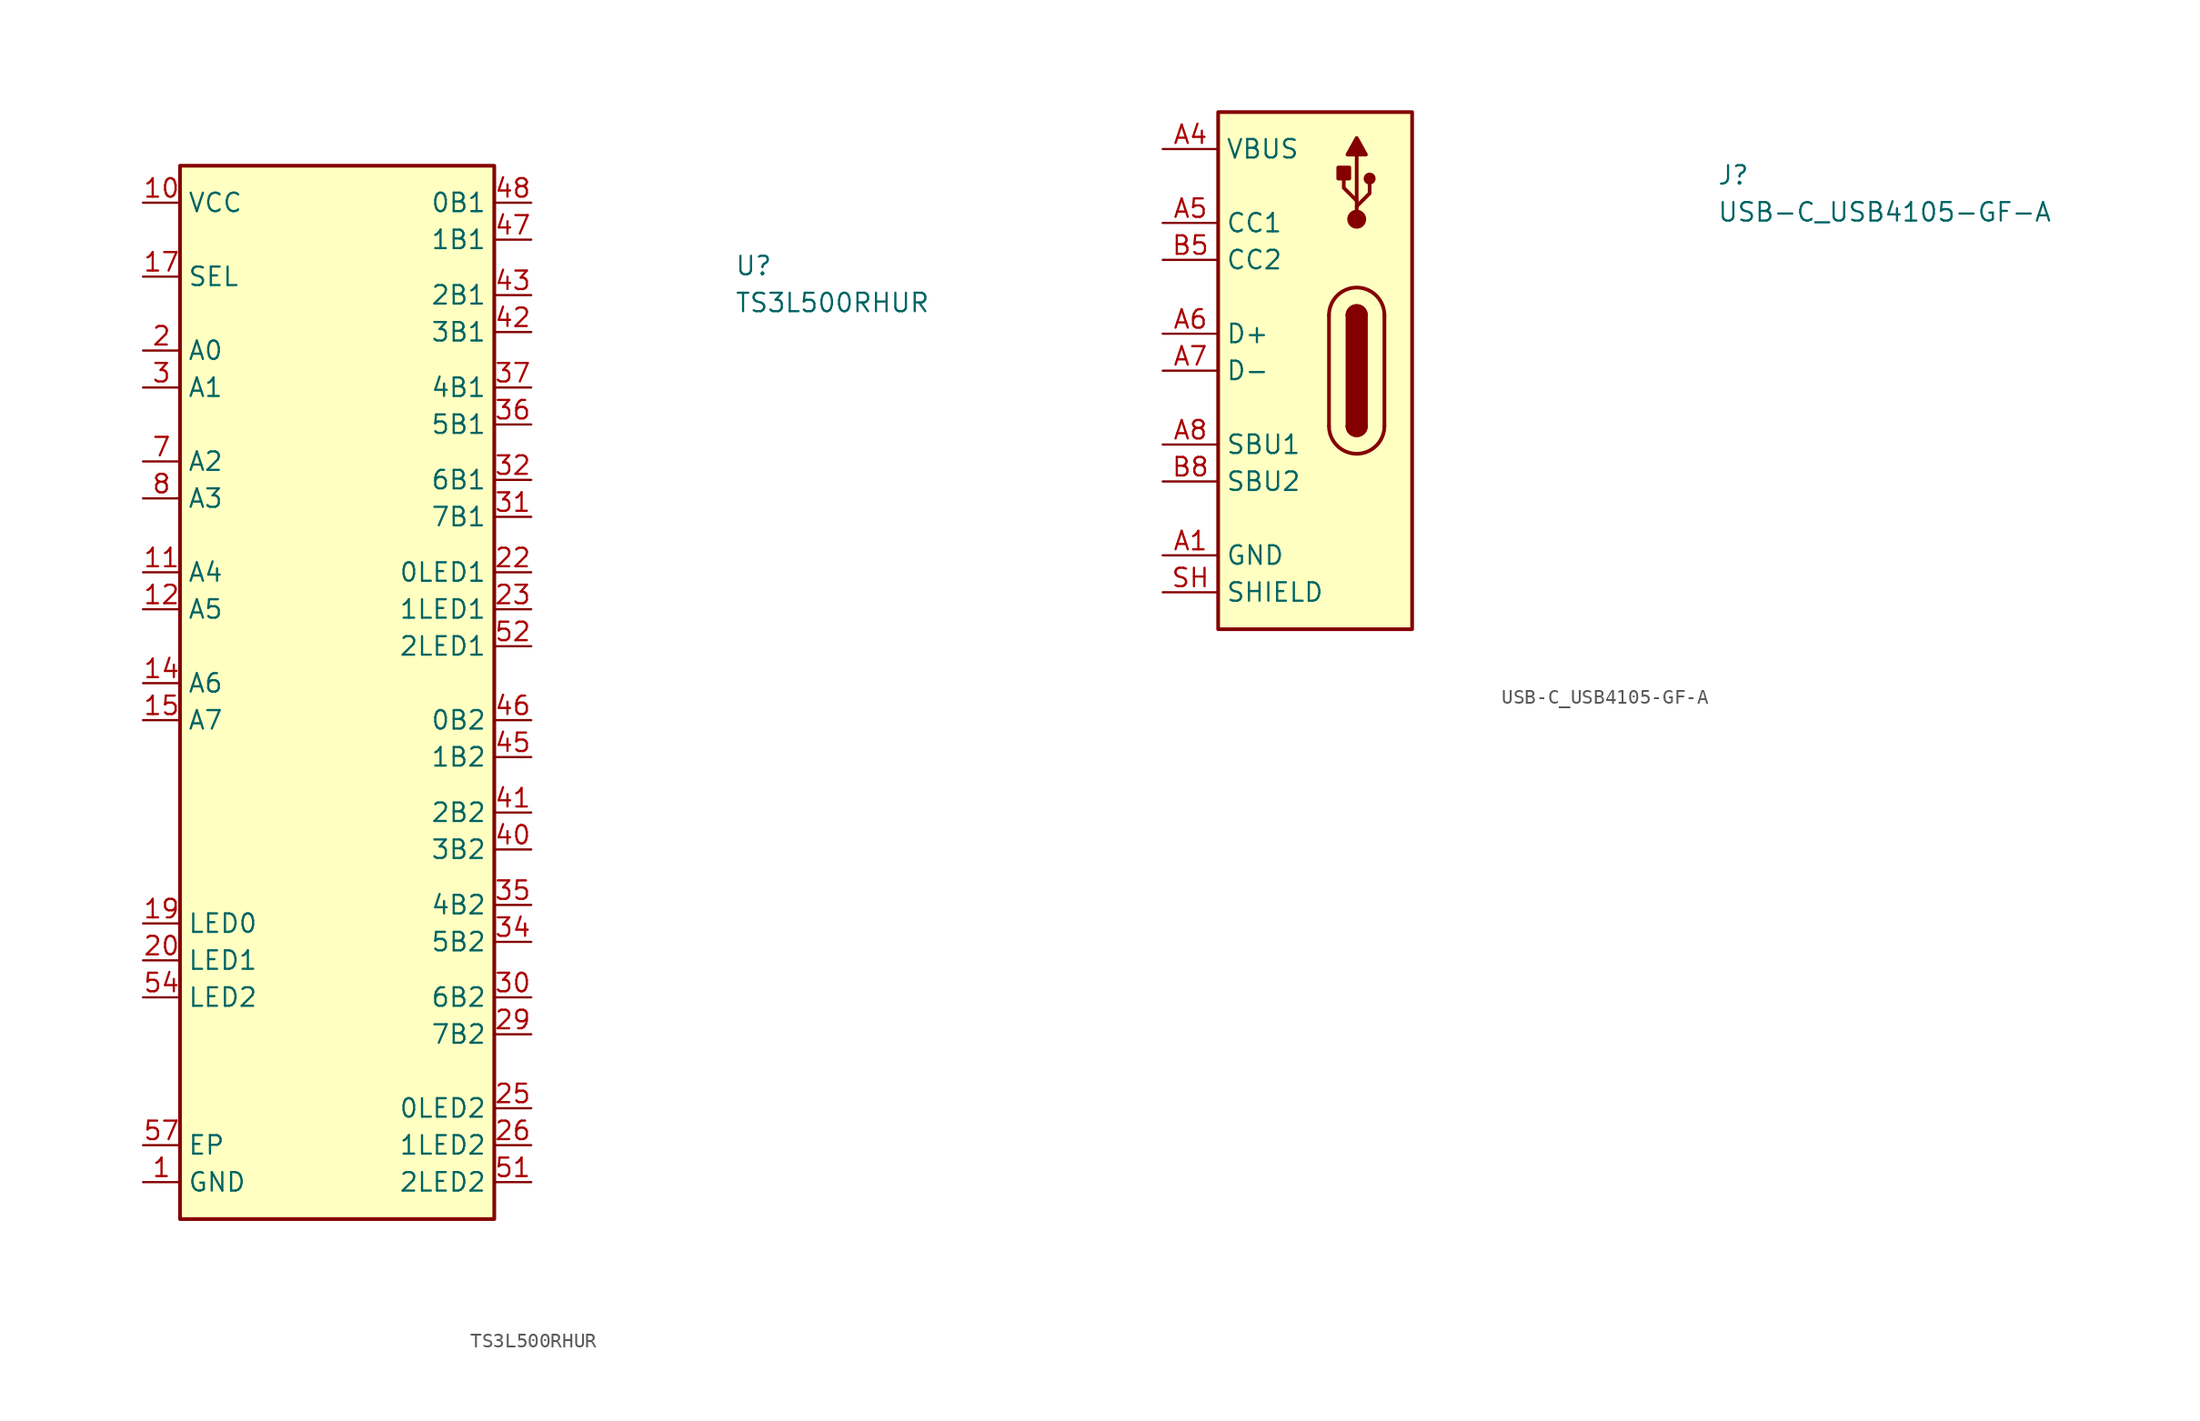
<source format=kicad_sym>
(kicad_symbol_lib
  (version 20211014)
  (generator kicad_symbol_editor)
  (symbol "TS3L500RHUR"
    (property "Reference" "U"
      (at 40.64 -5.08 0)
      (effects (font (size 1.27 1.27) (thickness 0.15)) (justify left bottom)))
    (property "Value" "TS3L500RHUR"
      (at 40.64 -7.62 0)
      (effects (font (size 1.27 1.27) (thickness 0.15)) (justify left bottom)))
    (symbol "TS3L500RHUR_1_1"
      (rectangle (start 2.54 2.54) (end 24.13 -69.85) (stroke (width 0.254) (type default) (color 0 0 0 0)) (fill (type background)))
      (pin power_in line (at 0 -67.31 0) (length 2.54) (name "GND" (effects (font (size 1.27 1.27)))) (number "1" (effects (font (size 1.27 1.27)))))
      (pin power_in line (at 0 0 0) (length 2.54) (name "VCC" (effects (font (size 1.27 1.27)))) (number "10" (effects (font (size 1.27 1.27)))))
      (pin bidirectional line (at 0 -25.4 0) (length 2.54) (name "A4" (effects (font (size 1.27 1.27)))) (number "11" (effects (font (size 1.27 1.27)))))
      (pin bidirectional line (at 0 -27.94 0) (length 2.54) (name "A5" (effects (font (size 1.27 1.27)))) (number "12" (effects (font (size 1.27 1.27)))))
      (pin passive line (at 0 -67.31 0) (length 2.54) hide (name "GND" (effects (font (size 1.27 1.27)))) (number "13" (effects (font (size 1.27 1.27)))))
      (pin bidirectional line (at 0 -33.02 0) (length 2.54) (name "A6" (effects (font (size 1.27 1.27)))) (number "14" (effects (font (size 1.27 1.27)))))
      (pin bidirectional line (at 0 -35.56 0) (length 2.54) (name "A7" (effects (font (size 1.27 1.27)))) (number "15" (effects (font (size 1.27 1.27)))))
      (pin passive line (at 0 -67.31 0) (length 2.54) hide (name "GND" (effects (font (size 1.27 1.27)))) (number "16" (effects (font (size 1.27 1.27)))))
      (pin input line (at 0 -5.08 0) (length 2.54) (name "SEL" (effects (font (size 1.27 1.27)))) (number "17" (effects (font (size 1.27 1.27)))))
      (pin passive line (at 0 0 0) (length 2.54) hide (name "VCC" (effects (font (size 1.27 1.27)))) (number "18" (effects (font (size 1.27 1.27)))))
      (pin bidirectional line (at 0 -49.53 0) (length 2.54) (name "LED0" (effects (font (size 1.27 1.27)))) (number "19" (effects (font (size 1.27 1.27)))))
      (pin bidirectional line (at 0 -10.16 0) (length 2.54) (name "A0" (effects (font (size 1.27 1.27)))) (number "2" (effects (font (size 1.27 1.27)))))
      (pin bidirectional line (at 0 -52.07 0) (length 2.54) (name "LED1" (effects (font (size 1.27 1.27)))) (number "20" (effects (font (size 1.27 1.27)))))
      (pin passive line (at 0 -67.31 0) (length 2.54) hide (name "GND" (effects (font (size 1.27 1.27)))) (number "21" (effects (font (size 1.27 1.27)))))
      (pin bidirectional line (at 26.67 -25.4 180) (length 2.54) (name "0LED1" (effects (font (size 1.27 1.27)))) (number "22" (effects (font (size 1.27 1.27)))))
      (pin bidirectional line (at 26.67 -27.94 180) (length 2.54) (name "1LED1" (effects (font (size 1.27 1.27)))) (number "23" (effects (font (size 1.27 1.27)))))
      (pin passive line (at 0 -67.31 0) (length 2.54) hide (name "GND" (effects (font (size 1.27 1.27)))) (number "24" (effects (font (size 1.27 1.27)))))
      (pin bidirectional line (at 26.67 -62.23 180) (length 2.54) (name "0LED2" (effects (font (size 1.27 1.27)))) (number "25" (effects (font (size 1.27 1.27)))))
      (pin bidirectional line (at 26.67 -64.77 180) (length 2.54) (name "1LED2" (effects (font (size 1.27 1.27)))) (number "26" (effects (font (size 1.27 1.27)))))
      (pin passive line (at 0 0 0) (length 2.54) hide (name "VCC" (effects (font (size 1.27 1.27)))) (number "27" (effects (font (size 1.27 1.27)))))
      (pin passive line (at 0 -67.31 0) (length 2.54) hide (name "GND" (effects (font (size 1.27 1.27)))) (number "28" (effects (font (size 1.27 1.27)))))
      (pin bidirectional line (at 26.67 -57.15 180) (length 2.54) (name "7B2" (effects (font (size 1.27 1.27)))) (number "29" (effects (font (size 1.27 1.27)))))
      (pin bidirectional line (at 0 -12.7 0) (length 2.54) (name "A1" (effects (font (size 1.27 1.27)))) (number "3" (effects (font (size 1.27 1.27)))))
      (pin bidirectional line (at 26.67 -54.61 180) (length 2.54) (name "6B2" (effects (font (size 1.27 1.27)))) (number "30" (effects (font (size 1.27 1.27)))))
      (pin bidirectional line (at 26.67 -21.59 180) (length 2.54) (name "7B1" (effects (font (size 1.27 1.27)))) (number "31" (effects (font (size 1.27 1.27)))))
      (pin bidirectional line (at 26.67 -19.05 180) (length 2.54) (name "6B1" (effects (font (size 1.27 1.27)))) (number "32" (effects (font (size 1.27 1.27)))))
      (pin passive line (at 0 -67.31 0) (length 2.54) hide (name "GND" (effects (font (size 1.27 1.27)))) (number "33" (effects (font (size 1.27 1.27)))))
      (pin bidirectional line (at 26.67 -50.8 180) (length 2.54) (name "5B2" (effects (font (size 1.27 1.27)))) (number "34" (effects (font (size 1.27 1.27)))))
      (pin bidirectional line (at 26.67 -48.26 180) (length 2.54) (name "4B2" (effects (font (size 1.27 1.27)))) (number "35" (effects (font (size 1.27 1.27)))))
      (pin bidirectional line (at 26.67 -15.24 180) (length 2.54) (name "5B1" (effects (font (size 1.27 1.27)))) (number "36" (effects (font (size 1.27 1.27)))))
      (pin bidirectional line (at 26.67 -12.7 180) (length 2.54) (name "4B1" (effects (font (size 1.27 1.27)))) (number "37" (effects (font (size 1.27 1.27)))))
      (pin passive line (at 0 0 0) (length 2.54) hide (name "VCC" (effects (font (size 1.27 1.27)))) (number "38" (effects (font (size 1.27 1.27)))))
      (pin passive line (at 0 -67.31 0) (length 2.54) hide (name "GND" (effects (font (size 1.27 1.27)))) (number "39" (effects (font (size 1.27 1.27)))))
      (pin passive line (at 0 0 0) (length 2.54) hide (name "VCC" (effects (font (size 1.27 1.27)))) (number "4" (effects (font (size 1.27 1.27)))))
      (pin bidirectional line (at 26.67 -44.45 180) (length 2.54) (name "3B2" (effects (font (size 1.27 1.27)))) (number "40" (effects (font (size 1.27 1.27)))))
      (pin bidirectional line (at 26.67 -41.91 180) (length 2.54) (name "2B2" (effects (font (size 1.27 1.27)))) (number "41" (effects (font (size 1.27 1.27)))))
      (pin bidirectional line (at 26.67 -8.89 180) (length 2.54) (name "3B1" (effects (font (size 1.27 1.27)))) (number "42" (effects (font (size 1.27 1.27)))))
      (pin bidirectional line (at 26.67 -6.35 180) (length 2.54) (name "2B1" (effects (font (size 1.27 1.27)))) (number "43" (effects (font (size 1.27 1.27)))))
      (pin passive line (at 0 -67.31 0) (length 2.54) hide (name "GND" (effects (font (size 1.27 1.27)))) (number "44" (effects (font (size 1.27 1.27)))))
      (pin bidirectional line (at 26.67 -38.1 180) (length 2.54) (name "1B2" (effects (font (size 1.27 1.27)))) (number "45" (effects (font (size 1.27 1.27)))))
      (pin bidirectional line (at 26.67 -35.56 180) (length 2.54) (name "0B2" (effects (font (size 1.27 1.27)))) (number "46" (effects (font (size 1.27 1.27)))))
      (pin bidirectional line (at 26.67 -2.54 180) (length 2.54) (name "1B1" (effects (font (size 1.27 1.27)))) (number "47" (effects (font (size 1.27 1.27)))))
      (pin bidirectional line (at 26.67 0 180) (length 2.54) (name "0B1" (effects (font (size 1.27 1.27)))) (number "48" (effects (font (size 1.27 1.27)))))
      (pin passive line (at 0 -67.31 0) (length 2.54) hide (name "GND" (effects (font (size 1.27 1.27)))) (number "49" (effects (font (size 1.27 1.27)))))
      (pin no_connect line (at 2.54 -59.69 0) (length 2.54) hide (name "NC" (effects (font (size 1.27 1.27)))) (number "5" (effects (font (size 1.27 1.27)))))
      (pin passive line (at 0 0 0) (length 2.54) hide (name "VCC" (effects (font (size 1.27 1.27)))) (number "50" (effects (font (size 1.27 1.27)))))
      (pin bidirectional line (at 26.67 -67.31 180) (length 2.54) (name "2LED2" (effects (font (size 1.27 1.27)))) (number "51" (effects (font (size 1.27 1.27)))))
      (pin bidirectional line (at 26.67 -30.48 180) (length 2.54) (name "2LED1" (effects (font (size 1.27 1.27)))) (number "52" (effects (font (size 1.27 1.27)))))
      (pin passive line (at 0 -67.31 0) (length 2.54) hide (name "GND" (effects (font (size 1.27 1.27)))) (number "53" (effects (font (size 1.27 1.27)))))
      (pin bidirectional line (at 0 -54.61 0) (length 2.54) (name "LED2" (effects (font (size 1.27 1.27)))) (number "54" (effects (font (size 1.27 1.27)))))
      (pin passive line (at 0 -67.31 0) (length 2.54) hide (name "GND" (effects (font (size 1.27 1.27)))) (number "55" (effects (font (size 1.27 1.27)))))
      (pin passive line (at 0 0 0) (length 2.54) hide (name "VCC" (effects (font (size 1.27 1.27)))) (number "56" (effects (font (size 1.27 1.27)))))
      (pin unspecified line (at 0 -64.77 0) (length 2.54) (name "EP" (effects (font (size 1.27 1.27)))) (number "57" (effects (font (size 1.27 1.27)))))
      (pin passive line (at 0 -67.31 0) (length 2.54) hide (name "GND" (effects (font (size 1.27 1.27)))) (number "6" (effects (font (size 1.27 1.27)))))
      (pin bidirectional line (at 0 -17.78 0) (length 2.54) (name "A2" (effects (font (size 1.27 1.27)))) (number "7" (effects (font (size 1.27 1.27)))))
      (pin bidirectional line (at 0 -20.32 0) (length 2.54) (name "A3" (effects (font (size 1.27 1.27)))) (number "8" (effects (font (size 1.27 1.27)))))
      (pin passive line (at 0 -67.31 0) (length 2.54) hide (name "GND" (effects (font (size 1.27 1.27)))) (number "9" (effects (font (size 1.27 1.27)))))))
  (symbol "USB-C_USB4105-GF-A"
    (property "Reference" "J"
      (at 38.1 -2.54 0)
      (effects (font (size 1.27 1.27) (thickness 0.15)) (justify left bottom)))
    (property "Value" "USB-C_USB4105-GF-A"
      (at 38.1 -5.08 0)
      (effects (font (size 1.27 1.27) (thickness 0.15)) (justify left bottom)))
    (symbol "USB-C_USB4105-GF-A_1_1"
      (polyline (pts (xy 11.43 -11.43) (xy 11.43 -19.05)) (stroke (width 0.254) (type default) (color 0 0 0 0)) (fill (type background)))
      (polyline (pts (xy 13.335 -4.699) (xy 13.335 -0.381)) (stroke (width 0.254) (type default) (color 0 0 0 0)) (fill (type background)))
      (polyline (pts (xy 15.24 -19.05) (xy 15.24 -11.43)) (stroke (width 0.254) (type default) (color 0 0 0 0)) (fill (type background)))
      (polyline (pts (xy 13.335 -3.937) (xy 14.224 -3.048) (xy 14.224 -2.413)) (stroke (width 0.254) (type default) (color 0 0 0 0)) (fill (type background)))
      (polyline (pts (xy 13.335 -3.556) (xy 12.446 -2.667) (xy 12.446 -2.032)) (stroke (width 0.254) (type default) (color 0 0 0 0)) (fill (type background)))
      (polyline (pts (xy 13.97 -0.381) (xy 13.335 0.762) (xy 12.7 -0.381) (xy 13.97 -0.381)) (stroke (width 0.254) (type default) (color 0 0 0 0)) (fill (type outline)))
      (rectangle (start 3.81 2.54) (end 17.145 -33.02) (stroke (width 0.254) (type default) (color 0 0 0 0)) (fill (type background)))
      (arc (start 11.43 -19.05) (mid 13.335 -20.955) (end 15.24 -19.05) (stroke (width 0.254) (type default) (color 0 0 0 0)) (fill (type background)))
      (rectangle (start 12.065 -1.27) (end 12.827 -2.032) (stroke (width 0.254) (type default) (color 0 0 0 0)) (fill (type outline)))
      (arc (start 12.7 -19.05) (mid 13.335 -19.685) (end 13.97 -19.05) (stroke (width 0.254) (type default) (color 0 0 0 0)) (fill (type outline)))
      (arc (start 12.7 -19.05) (mid 13.335 -19.685) (end 13.97 -19.05) (stroke (width 0.254) (type default) (color 0 0 0 0)) (fill (type background)))
      (rectangle (start 12.7 -11.43) (end 13.97 -19.05) (stroke (width 0.254) (type default) (color 0 0 0 0)) (fill (type outline)))
      (circle (center 13.335 -4.826) (radius 0.524) (stroke (width 0.254) (type default) (color 0 0 0 0)) (fill (type outline)))
      (arc (start 13.97 -11.43) (mid 13.335 -10.795) (end 12.7 -11.43) (stroke (width 0.254) (type default) (color 0 0 0 0)) (fill (type outline)))
      (arc (start 13.97 -11.43) (mid 13.335 -10.795) (end 12.7 -11.43) (stroke (width 0.254) (type default) (color 0 0 0 0)) (fill (type background)))
      (circle (center 14.224 -2.032) (radius 0.284) (stroke (width 0.254) (type default) (color 0 0 0 0)) (fill (type outline)))
      (arc (start 15.24 -11.43) (mid 13.335 -9.525) (end 11.43 -11.43) (stroke (width 0.254) (type default) (color 0 0 0 0)) (fill (type background)))
      (pin passive line (at 0 -27.94 0) (length 3.81) (name "GND" (effects (font (size 1.27 1.27)))) (number "A1" (effects (font (size 1.27 1.27)))))
      (pin passive line (at 0 -27.94 0) (length 3.81) hide (name "GND" (effects (font (size 1.27 1.27)))) (number "A12" (effects (font (size 1.27 1.27)))))
      (pin passive line (at 0 0 0) (length 3.81) (name "VBUS" (effects (font (size 1.27 1.27)))) (number "A4" (effects (font (size 1.27 1.27)))))
      (pin bidirectional line (at 0 -5.08 0) (length 3.81) (name "CC1" (effects (font (size 1.27 1.27)))) (number "A5" (effects (font (size 1.27 1.27)))))
      (pin bidirectional line (at 0 -12.7 0) (length 3.81) (name "D+" (effects (font (size 1.27 1.27)))) (number "A6" (effects (font (size 1.27 1.27)))))
      (pin bidirectional line (at 0 -15.24 0) (length 3.81) (name "D-" (effects (font (size 1.27 1.27)))) (number "A7" (effects (font (size 1.27 1.27)))))
      (pin bidirectional line (at 0 -20.32 0) (length 3.81) (name "SBU1" (effects (font (size 1.27 1.27)))) (number "A8" (effects (font (size 1.27 1.27)))))
      (pin passive line (at 0 0 0) (length 3.81) hide (name "VBUS" (effects (font (size 1.27 1.27)))) (number "A9" (effects (font (size 1.27 1.27)))))
      (pin passive line (at 0 -27.94 0) (length 3.81) hide (name "GND" (effects (font (size 1.27 1.27)))) (number "B1" (effects (font (size 1.27 1.27)))))
      (pin passive line (at 0 -27.94 0) (length 3.81) hide (name "GND" (effects (font (size 1.27 1.27)))) (number "B12" (effects (font (size 1.27 1.27)))))
      (pin passive line (at 0 0 0) (length 3.81) hide (name "VBUS" (effects (font (size 1.27 1.27)))) (number "B4" (effects (font (size 1.27 1.27)))))
      (pin bidirectional line (at 0 -7.62 0) (length 3.81) (name "CC2" (effects (font (size 1.27 1.27)))) (number "B5" (effects (font (size 1.27 1.27)))))
      (pin passive line (at 0 -12.7 0) (length 3.81) hide (name "D+" (effects (font (size 1.27 1.27)))) (number "B6" (effects (font (size 1.27 1.27)))))
      (pin passive line (at 0 -15.24 0) (length 3.81) hide (name "D-" (effects (font (size 1.27 1.27)))) (number "B7" (effects (font (size 1.27 1.27)))))
      (pin bidirectional line (at 0 -22.86 0) (length 3.81) (name "SBU2" (effects (font (size 1.27 1.27)))) (number "B8" (effects (font (size 1.27 1.27)))))
      (pin passive line (at 0 0 0) (length 3.81) hide (name "VBUS" (effects (font (size 1.27 1.27)))) (number "B9" (effects (font (size 1.27 1.27)))))
      (pin passive line (at 0 -30.48 0) (length 3.81) (name "SHIELD" (effects (font (size 1.27 1.27)))) (number "SH" (effects (font (size 1.27 1.27))))))))
</source>
